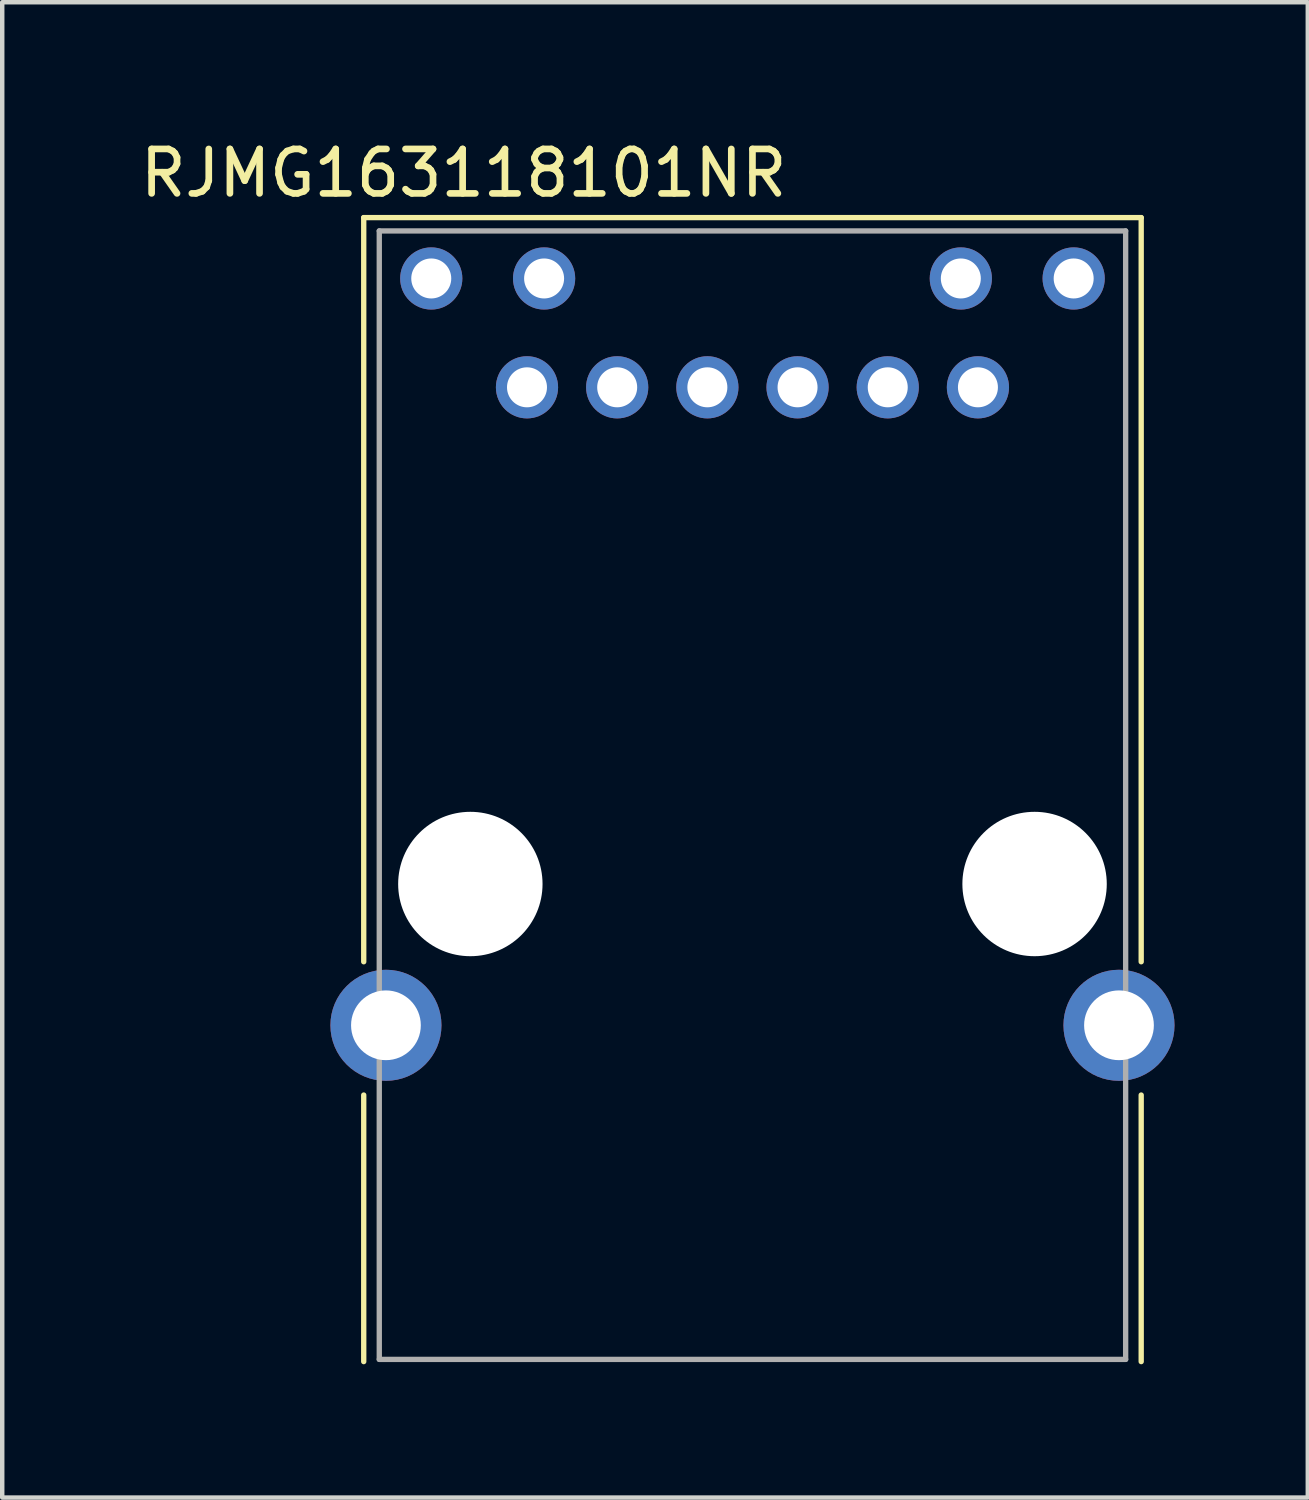
<source format=kicad_pcb>
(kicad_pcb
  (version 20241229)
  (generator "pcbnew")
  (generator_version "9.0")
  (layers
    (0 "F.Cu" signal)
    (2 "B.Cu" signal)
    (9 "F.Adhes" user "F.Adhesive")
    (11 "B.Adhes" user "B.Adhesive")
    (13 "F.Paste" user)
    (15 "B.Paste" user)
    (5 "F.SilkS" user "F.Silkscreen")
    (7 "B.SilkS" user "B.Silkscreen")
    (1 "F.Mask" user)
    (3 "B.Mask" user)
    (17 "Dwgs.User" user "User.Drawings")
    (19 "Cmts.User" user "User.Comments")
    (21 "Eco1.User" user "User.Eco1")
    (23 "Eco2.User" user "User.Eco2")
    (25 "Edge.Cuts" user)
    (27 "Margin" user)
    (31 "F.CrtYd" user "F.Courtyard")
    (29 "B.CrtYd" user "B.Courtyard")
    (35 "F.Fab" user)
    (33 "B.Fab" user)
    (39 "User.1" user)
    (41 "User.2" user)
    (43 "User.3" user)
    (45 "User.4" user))
  (footprint "RJMG163118101NR"
    (layer "F.Cu")
    (at 13.887 16.848)
    (property "Reference" "RJMG163118101NR" (at -6.5 -16 0) (layer "F.SilkS") (effects (font (size 1 1) (thickness 0.15))))
    (attr through_hole)
    (fp_line (start -8.75 -15) (end 8.75 -15) (stroke (width 0.12) (type solid)) (layer "F.SilkS"))
    (fp_line (start -8.75 1.75) (end -8.75 -15) (stroke (width 0.12) (type solid)) (layer "F.SilkS"))
    (fp_line (start -8.75 4.75) (end -8.75 10.75) (stroke (width 0.12) (type solid)) (layer "F.SilkS"))
    (fp_line (start 8.75 -15) (end 8.75 1.75) (stroke (width 0.12) (type solid)) (layer "F.SilkS"))
    (fp_line (start 8.75 4.75) (end 8.75 10.75) (stroke (width 0.12) (type solid)) (layer "F.SilkS"))
    (fp_line (start -8.4 -14.7) (end -8.4 10.7) (stroke (width 0.12) (type solid)) (layer "F.Fab"))
    (fp_line (start -8.4 -14.7) (end 8.4 -14.7) (stroke (width 0.12) (type solid)) (layer "F.Fab"))
    (fp_line (start -8.4 10.7) (end 8.4 10.7) (stroke (width 0.12) (type solid)) (layer "F.Fab"))
    (fp_line (start 8.4 10.7) (end 8.4 -14.7) (stroke (width 0.12) (type solid)) (layer "F.Fab"))
    (pad "" np_thru_hole circle (at -6.35 0) (size 3.25 3.25) (drill 3.25) (layers "*.Cu" "*.Mask"))
    (pad "" np_thru_hole circle (at 6.35 0) (size 3.25 3.25) (drill 3.25) (layers "*.Cu" "*.Mask"))
    (pad "1" thru_hole circle (at 5.075 -11.18) (size 1.4 1.4) (drill 0.9) (layers "*.Cu" "*.Mask"))
    (pad "2" thru_hole circle (at 3.045 -11.18) (size 1.4 1.4) (drill 0.9) (layers "*.Cu" "*.Mask"))
    (pad "3" thru_hole circle (at 1.015 -11.18) (size 1.4 1.4) (drill 0.9) (layers "*.Cu" "*.Mask"))
    (pad "4" thru_hole circle (at -1.015 -11.18) (size 1.4 1.4) (drill 0.9) (layers "*.Cu" "*.Mask"))
    (pad "5" thru_hole circle (at -3.045 -11.18) (size 1.4 1.4) (drill 0.9) (layers "*.Cu" "*.Mask"))
    (pad "6" thru_hole circle (at -5.075 -11.18) (size 1.4 1.4) (drill 0.9) (layers "*.Cu" "*.Mask"))
    (pad "7" thru_hole circle (at 4.69 -13.63) (size 1.4 1.4) (drill 0.9) (layers "*.Cu" "*.Mask"))
    (pad "8" thru_hole circle (at 7.23 -13.63) (size 1.4 1.4) (drill 0.9) (layers "*.Cu" "*.Mask"))
    (pad "9" thru_hole circle (at -4.69 -13.63) (size 1.4 1.4) (drill 0.9) (layers "*.Cu" "*.Mask"))
    (pad "10" thru_hole circle (at -7.23 -13.63) (size 1.4 1.4) (drill 0.9) (layers "*.Cu" "*.Mask"))
    (pad "SH" thru_hole circle (at -8.25 3.18) (size 2.5 2.5) (drill 1.57) (layers "*.Cu" "*.Mask"))
    (pad "SH" thru_hole circle (at 8.25 3.18) (size 2.5 2.5) (drill 1.57) (layers "*.Cu" "*.Mask")))
  (gr_rect
    (start -3 -3)
    (end 26.387 30.658)
    (stroke (width 0.1) (type default))
    (fill no)
    (layer "Edge.Cuts")))
</source>
